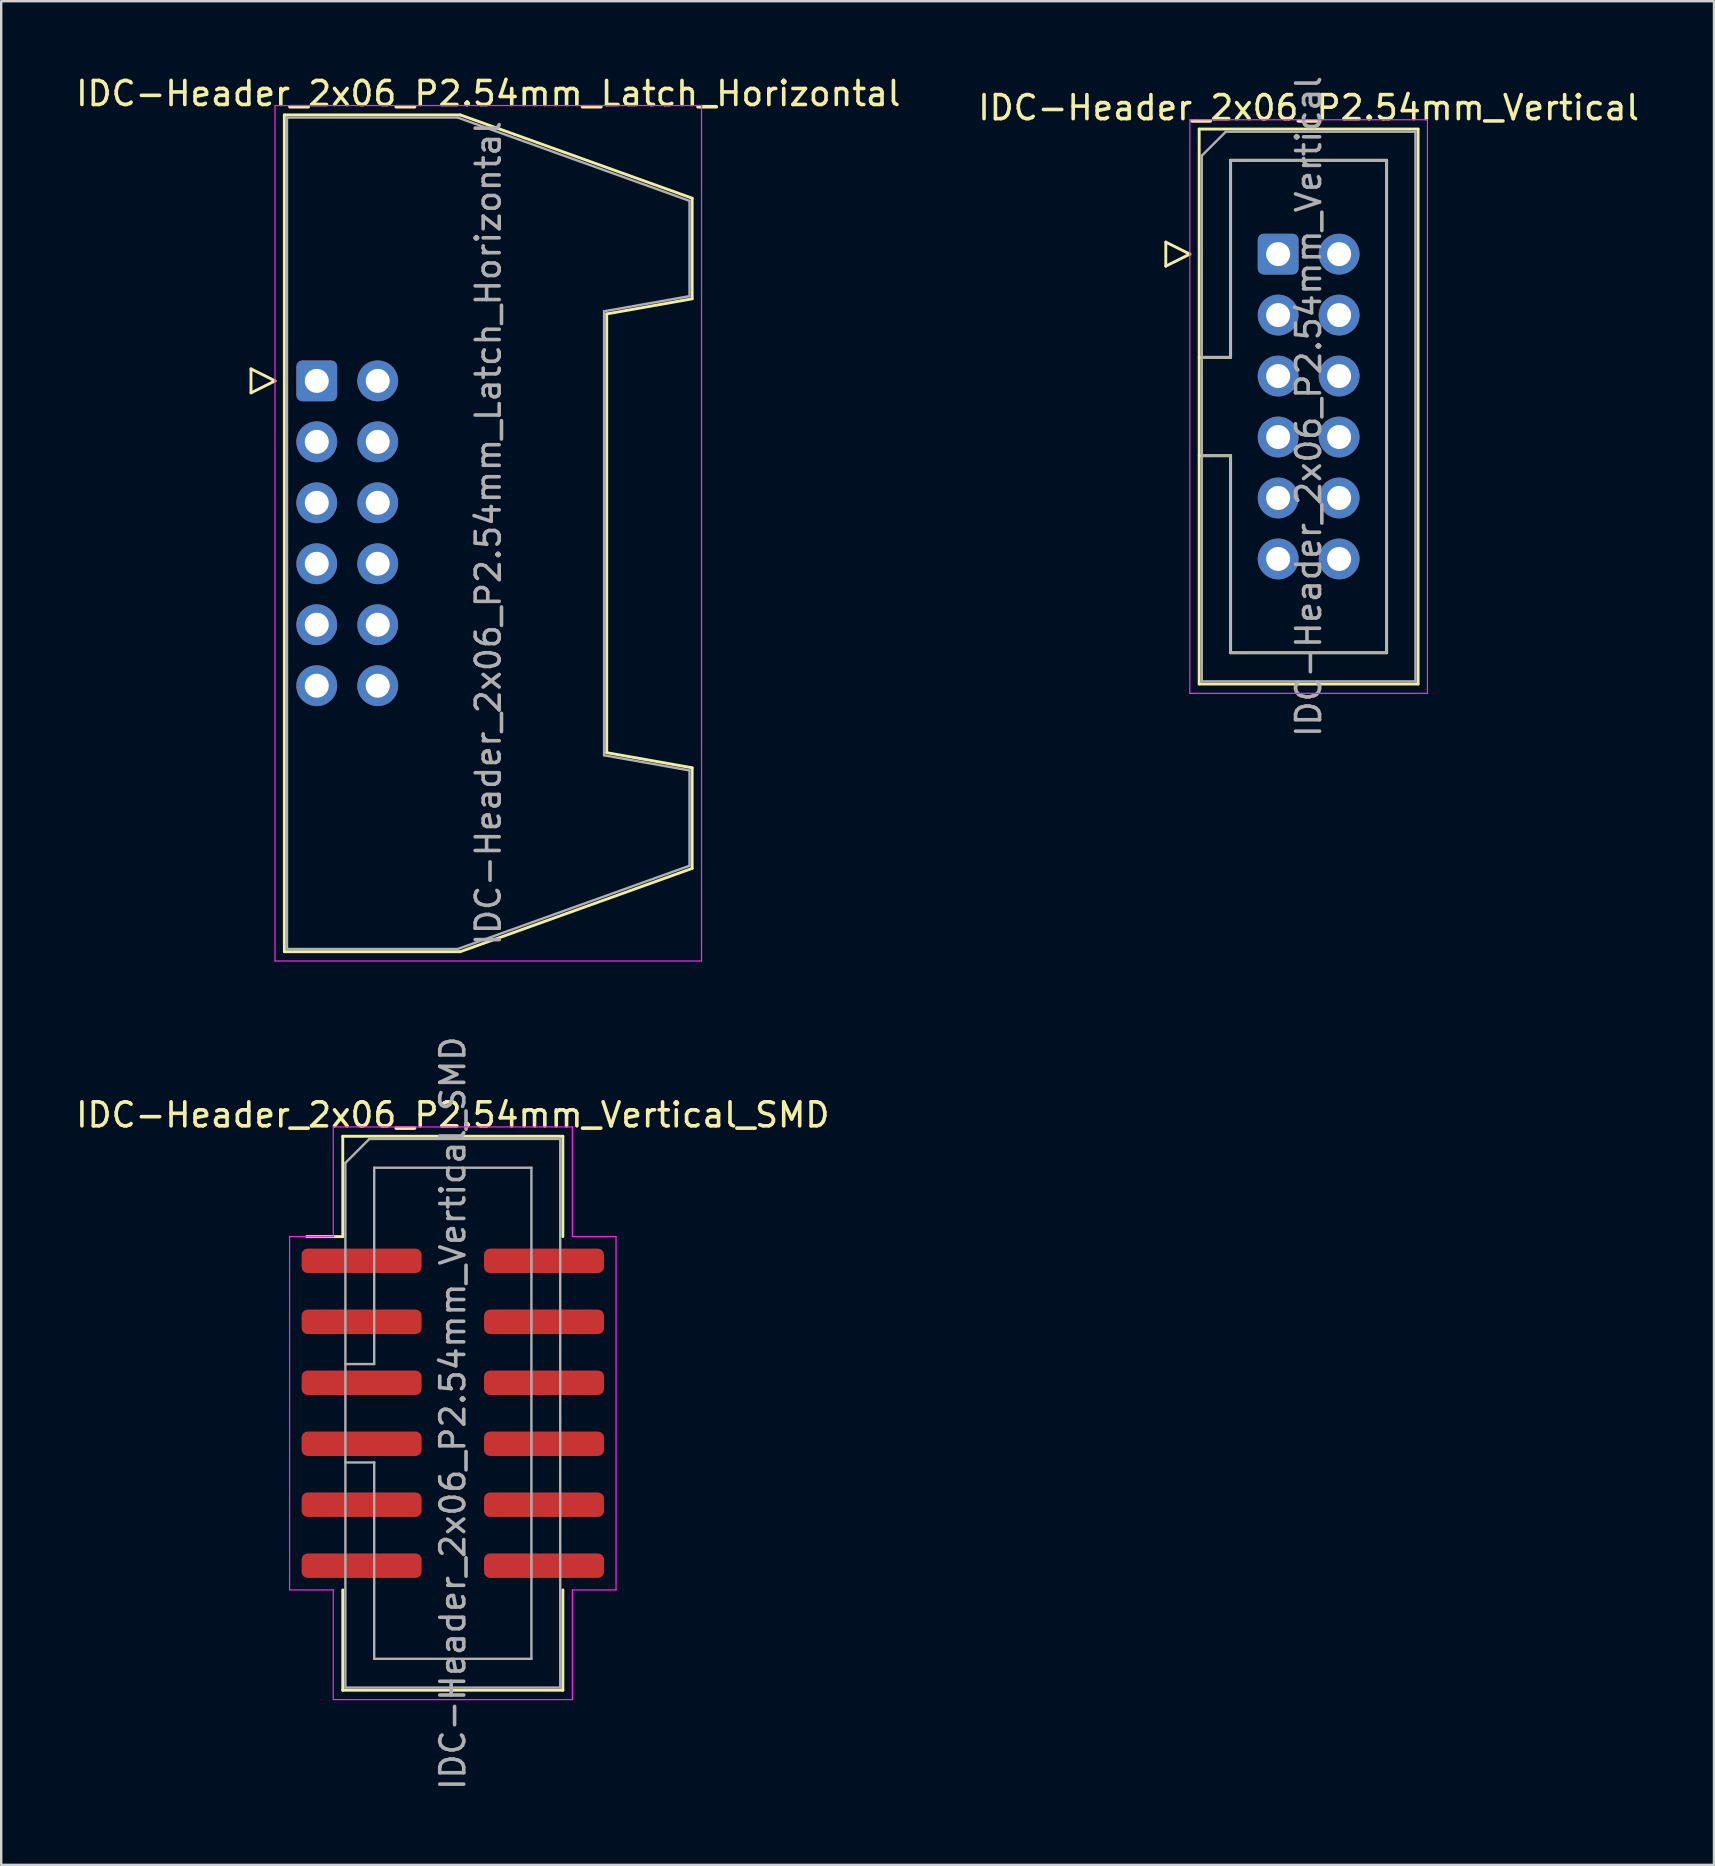
<source format=kicad_pcb>
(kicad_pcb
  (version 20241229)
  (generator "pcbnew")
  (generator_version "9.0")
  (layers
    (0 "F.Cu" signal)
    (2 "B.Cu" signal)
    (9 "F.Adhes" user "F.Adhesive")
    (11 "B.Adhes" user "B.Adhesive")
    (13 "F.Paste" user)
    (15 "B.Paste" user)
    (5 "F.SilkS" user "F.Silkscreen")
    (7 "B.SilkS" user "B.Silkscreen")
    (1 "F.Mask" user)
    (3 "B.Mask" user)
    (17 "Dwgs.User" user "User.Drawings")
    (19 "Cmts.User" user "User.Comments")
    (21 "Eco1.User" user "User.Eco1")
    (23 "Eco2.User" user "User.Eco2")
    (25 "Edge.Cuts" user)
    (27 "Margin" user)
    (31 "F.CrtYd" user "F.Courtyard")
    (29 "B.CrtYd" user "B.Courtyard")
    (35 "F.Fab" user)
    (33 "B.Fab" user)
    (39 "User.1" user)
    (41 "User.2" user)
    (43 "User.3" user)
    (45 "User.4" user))
  (footprint "IDC-Header_2x06_P2.54mm_Vertical_SMD"
    (layer "F.Cu")
    (at 15.815 55.829)
    (property "Reference" "IDC-Header_2x06_P2.54mm_Vertical_SMD" (at 0 -12.43 0) (layer "F.SilkS") (effects (font (size 1 1) (thickness 0.15))))
    (attr smd)
    (fp_line (start -4.585 -11.54) (end 4.585 -11.54) (stroke (width 0.12) (type solid)) (layer "F.SilkS"))
    (fp_line (start -4.585 -7.36) (end -6.085 -7.36) (stroke (width 0.12) (type solid)) (layer "F.SilkS"))
    (fp_line (start -4.585 -7.36) (end -4.585 -11.54) (stroke (width 0.12) (type solid)) (layer "F.SilkS"))
    (fp_line (start -4.585 7.36) (end -4.585 11.54) (stroke (width 0.12) (type solid)) (layer "F.SilkS"))
    (fp_line (start -4.585 11.54) (end 4.585 11.54) (stroke (width 0.12) (type solid)) (layer "F.SilkS"))
    (fp_line (start 4.585 -11.54) (end 4.585 -7.36) (stroke (width 0.12) (type solid)) (layer "F.SilkS"))
    (fp_line (start 4.585 11.54) (end 4.585 7.36) (stroke (width 0.12) (type solid)) (layer "F.SilkS"))
    (fp_line (start -6.8 -7.36) (end -6.8 7.36) (stroke (width 0.05) (type solid)) (layer "F.CrtYd"))
    (fp_line (start -6.8 7.36) (end -4.98 7.36) (stroke (width 0.05) (type solid)) (layer "F.CrtYd"))
    (fp_line (start -4.98 -11.93) (end -4.98 -7.36) (stroke (width 0.05) (type solid)) (layer "F.CrtYd"))
    (fp_line (start -4.98 -7.36) (end -6.8 -7.36) (stroke (width 0.05) (type solid)) (layer "F.CrtYd"))
    (fp_line (start -4.98 7.36) (end -4.98 11.93) (stroke (width 0.05) (type solid)) (layer "F.CrtYd"))
    (fp_line (start -4.98 11.93) (end 4.98 11.93) (stroke (width 0.05) (type solid)) (layer "F.CrtYd"))
    (fp_line (start 4.98 -11.93) (end -4.98 -11.93) (stroke (width 0.05) (type solid)) (layer "F.CrtYd"))
    (fp_line (start 4.98 -7.36) (end 4.98 -11.93) (stroke (width 0.05) (type solid)) (layer "F.CrtYd"))
    (fp_line (start 4.98 7.36) (end 6.8 7.36) (stroke (width 0.05) (type solid)) (layer "F.CrtYd"))
    (fp_line (start 4.98 11.93) (end 4.98 7.36) (stroke (width 0.05) (type solid)) (layer "F.CrtYd"))
    (fp_line (start 6.8 -7.36) (end 4.98 -7.36) (stroke (width 0.05) (type solid)) (layer "F.CrtYd"))
    (fp_line (start 6.8 7.36) (end 6.8 -7.36) (stroke (width 0.05) (type solid)) (layer "F.CrtYd"))
    (fp_line (start -4.475 -10.43) (end -3.475 -11.43) (stroke (width 0.1) (type solid)) (layer "F.Fab"))
    (fp_line (start -4.475 -2.05) (end -3.275 -2.05) (stroke (width 0.1) (type solid)) (layer "F.Fab"))
    (fp_line (start -4.475 11.43) (end -4.475 -10.43) (stroke (width 0.1) (type solid)) (layer "F.Fab"))
    (fp_line (start -3.475 -11.43) (end 4.475 -11.43) (stroke (width 0.1) (type solid)) (layer "F.Fab"))
    (fp_line (start -3.275 -10.23) (end 3.275 -10.23) (stroke (width 0.1) (type solid)) (layer "F.Fab"))
    (fp_line (start -3.275 -2.05) (end -3.275 -10.23) (stroke (width 0.1) (type solid)) (layer "F.Fab"))
    (fp_line (start -3.275 2.05) (end -4.475 2.05) (stroke (width 0.1) (type solid)) (layer "F.Fab"))
    (fp_line (start -3.275 2.05) (end -3.275 2.05) (stroke (width 0.1) (type solid)) (layer "F.Fab"))
    (fp_line (start -3.275 10.23) (end -3.275 2.05) (stroke (width 0.1) (type solid)) (layer "F.Fab"))
    (fp_line (start 3.275 -10.23) (end 3.275 10.23) (stroke (width 0.1) (type solid)) (layer "F.Fab"))
    (fp_line (start 3.275 10.23) (end -3.275 10.23) (stroke (width 0.1) (type solid)) (layer "F.Fab"))
    (fp_line (start 4.475 -11.43) (end 4.475 11.43) (stroke (width 0.1) (type solid)) (layer "F.Fab"))
    (fp_line (start 4.475 11.43) (end -4.475 11.43) (stroke (width 0.1) (type solid)) (layer "F.Fab"))
    (fp_text user "${REFERENCE}" (at 0 0 90) (layer "F.Fab") (effects (font (size 1 1) (thickness 0.15))))
    (pad "1" smd roundrect (at -3.8 -6.35) (size 5 1.02) (layers "F.Cu" "F.Mask" "F.Paste") (roundrect_rratio 0.25))
    (pad "2" smd roundrect (at 3.8 -6.35) (size 5 1.02) (layers "F.Cu" "F.Mask" "F.Paste") (roundrect_rratio 0.25))
    (pad "3" smd roundrect (at -3.8 -3.81) (size 5 1.02) (layers "F.Cu" "F.Mask" "F.Paste") (roundrect_rratio 0.25))
    (pad "4" smd roundrect (at 3.8 -3.81) (size 5 1.02) (layers "F.Cu" "F.Mask" "F.Paste") (roundrect_rratio 0.25))
    (pad "5" smd roundrect (at -3.8 -1.27) (size 5 1.02) (layers "F.Cu" "F.Mask" "F.Paste") (roundrect_rratio 0.25))
    (pad "6" smd roundrect (at 3.8 -1.27) (size 5 1.02) (layers "F.Cu" "F.Mask" "F.Paste") (roundrect_rratio 0.25))
    (pad "7" smd roundrect (at -3.8 1.27) (size 5 1.02) (layers "F.Cu" "F.Mask" "F.Paste") (roundrect_rratio 0.25))
    (pad "8" smd roundrect (at 3.8 1.27) (size 5 1.02) (layers "F.Cu" "F.Mask" "F.Paste") (roundrect_rratio 0.25))
    (pad "9" smd roundrect (at -3.8 3.81) (size 5 1.02) (layers "F.Cu" "F.Mask" "F.Paste") (roundrect_rratio 0.25))
    (pad "10" smd roundrect (at 3.8 3.81) (size 5 1.02) (layers "F.Cu" "F.Mask" "F.Paste") (roundrect_rratio 0.25))
    (pad "11" smd roundrect (at -3.8 6.35) (size 5 1.02) (layers "F.Cu" "F.Mask" "F.Paste") (roundrect_rratio 0.25))
    (pad "12" smd roundrect (at 3.8 6.35) (size 5 1.02) (layers "F.Cu" "F.Mask" "F.Paste") (roundrect_rratio 0.25)))
  (footprint "IDC-Header_2x06_P2.54mm_Vertical"
    (layer "F.Cu")
    (at 50.2 7.537)
    (property "Reference" "IDC-Header_2x06_P2.54mm_Vertical" (at 1.27 -6.1 0) (layer "F.SilkS") (effects (font (size 1 1) (thickness 0.15))))
    (attr through_hole)
    (fp_line (start -4.68 -0.5) (end -4.68 0.5) (stroke (width 0.12) (type solid)) (layer "F.SilkS"))
    (fp_line (start -4.68 0.5) (end -3.68 0) (stroke (width 0.12) (type solid)) (layer "F.SilkS"))
    (fp_line (start -3.68 0) (end -4.68 -0.5) (stroke (width 0.12) (type solid)) (layer "F.SilkS"))
    (fp_line (start -3.29 -5.21) (end 5.83 -5.21) (stroke (width 0.12) (type solid)) (layer "F.SilkS"))
    (fp_line (start -3.29 4.3) (end -1.98 4.3) (stroke (width 0.12) (type solid)) (layer "F.SilkS"))
    (fp_line (start -3.29 17.91) (end -3.29 -5.21) (stroke (width 0.12) (type solid)) (layer "F.SilkS"))
    (fp_line (start -1.98 -3.91) (end 4.52 -3.91) (stroke (width 0.12) (type solid)) (layer "F.SilkS"))
    (fp_line (start -1.98 4.3) (end -1.98 -3.91) (stroke (width 0.12) (type solid)) (layer "F.SilkS"))
    (fp_line (start -1.98 8.4) (end -3.29 8.4) (stroke (width 0.12) (type solid)) (layer "F.SilkS"))
    (fp_line (start -1.98 8.4) (end -1.98 8.4) (stroke (width 0.12) (type solid)) (layer "F.SilkS"))
    (fp_line (start -1.98 16.61) (end -1.98 8.4) (stroke (width 0.12) (type solid)) (layer "F.SilkS"))
    (fp_line (start 4.52 -3.91) (end 4.52 16.61) (stroke (width 0.12) (type solid)) (layer "F.SilkS"))
    (fp_line (start 4.52 16.61) (end -1.98 16.61) (stroke (width 0.12) (type solid)) (layer "F.SilkS"))
    (fp_line (start 5.83 -5.21) (end 5.83 17.91) (stroke (width 0.12) (type solid)) (layer "F.SilkS"))
    (fp_line (start 5.83 17.91) (end -3.29 17.91) (stroke (width 0.12) (type solid)) (layer "F.SilkS"))
    (fp_line (start -3.68 -5.6) (end -3.68 18.3) (stroke (width 0.05) (type solid)) (layer "F.CrtYd"))
    (fp_line (start -3.68 18.3) (end 6.22 18.3) (stroke (width 0.05) (type solid)) (layer "F.CrtYd"))
    (fp_line (start 6.22 -5.6) (end -3.68 -5.6) (stroke (width 0.05) (type solid)) (layer "F.CrtYd"))
    (fp_line (start 6.22 18.3) (end 6.22 -5.6) (stroke (width 0.05) (type solid)) (layer "F.CrtYd"))
    (fp_line (start -3.18 -4.1) (end -2.18 -5.1) (stroke (width 0.1) (type solid)) (layer "F.Fab"))
    (fp_line (start -3.18 4.3) (end -1.98 4.3) (stroke (width 0.1) (type solid)) (layer "F.Fab"))
    (fp_line (start -3.18 17.8) (end -3.18 -4.1) (stroke (width 0.1) (type solid)) (layer "F.Fab"))
    (fp_line (start -2.18 -5.1) (end 5.72 -5.1) (stroke (width 0.1) (type solid)) (layer "F.Fab"))
    (fp_line (start -1.98 -3.91) (end 4.52 -3.91) (stroke (width 0.1) (type solid)) (layer "F.Fab"))
    (fp_line (start -1.98 4.3) (end -1.98 -3.91) (stroke (width 0.1) (type solid)) (layer "F.Fab"))
    (fp_line (start -1.98 8.4) (end -3.18 8.4) (stroke (width 0.1) (type solid)) (layer "F.Fab"))
    (fp_line (start -1.98 8.4) (end -1.98 8.4) (stroke (width 0.1) (type solid)) (layer "F.Fab"))
    (fp_line (start -1.98 16.61) (end -1.98 8.4) (stroke (width 0.1) (type solid)) (layer "F.Fab"))
    (fp_line (start 4.52 -3.91) (end 4.52 16.61) (stroke (width 0.1) (type solid)) (layer "F.Fab"))
    (fp_line (start 4.52 16.61) (end -1.98 16.61) (stroke (width 0.1) (type solid)) (layer "F.Fab"))
    (fp_line (start 5.72 -5.1) (end 5.72 17.8) (stroke (width 0.1) (type solid)) (layer "F.Fab"))
    (fp_line (start 5.72 17.8) (end -3.18 17.8) (stroke (width 0.1) (type solid)) (layer "F.Fab"))
    (fp_text user "${REFERENCE}" (at 1.27 6.35 90) (layer "F.Fab") (effects (font (size 1 1) (thickness 0.15))))
    (pad "1" thru_hole roundrect (at 0 0) (size 1.7 1.7) (drill 1) (layers "*.Cu" "*.Mask") (roundrect_rratio 0.147))
    (pad "2" thru_hole circle (at 2.54 0) (size 1.7 1.7) (drill 1) (layers "*.Cu" "*.Mask"))
    (pad "3" thru_hole circle (at 0 2.54) (size 1.7 1.7) (drill 1) (layers "*.Cu" "*.Mask"))
    (pad "4" thru_hole circle (at 2.54 2.54) (size 1.7 1.7) (drill 1) (layers "*.Cu" "*.Mask"))
    (pad "5" thru_hole circle (at 0 5.08) (size 1.7 1.7) (drill 1) (layers "*.Cu" "*.Mask"))
    (pad "6" thru_hole circle (at 2.54 5.08) (size 1.7 1.7) (drill 1) (layers "*.Cu" "*.Mask"))
    (pad "7" thru_hole circle (at 0 7.62) (size 1.7 1.7) (drill 1) (layers "*.Cu" "*.Mask"))
    (pad "8" thru_hole circle (at 2.54 7.62) (size 1.7 1.7) (drill 1) (layers "*.Cu" "*.Mask"))
    (pad "9" thru_hole circle (at 0 10.16) (size 1.7 1.7) (drill 1) (layers "*.Cu" "*.Mask"))
    (pad "10" thru_hole circle (at 2.54 10.16) (size 1.7 1.7) (drill 1) (layers "*.Cu" "*.Mask"))
    (pad "11" thru_hole circle (at 0 12.7) (size 1.7 1.7) (drill 1) (layers "*.Cu" "*.Mask"))
    (pad "12" thru_hole circle (at 2.54 12.7) (size 1.7 1.7) (drill 1) (layers "*.Cu" "*.Mask")))
  (footprint "IDC-Header_2x06_P2.54mm_Latch_Horizontal"
    (layer "F.Cu")
    (at 10.147 12.818)
    (property "Reference" "IDC-Header_2x06_P2.54mm_Latch_Horizontal" (at 7.145 -11.97 0) (layer "F.SilkS") (effects (font (size 1 1) (thickness 0.15))))
    (attr through_hole)
    (fp_line (start -2.74 -0.5) (end -2.74 0.5) (stroke (width 0.12) (type solid)) (layer "F.SilkS"))
    (fp_line (start -2.74 0.5) (end -1.74 0) (stroke (width 0.12) (type solid)) (layer "F.SilkS"))
    (fp_line (start -1.74 0) (end -2.74 -0.5) (stroke (width 0.12) (type solid)) (layer "F.SilkS"))
    (fp_line (start -1.35 -11.08) (end 5.98 -11.08) (stroke (width 0.12) (type solid)) (layer "F.SilkS"))
    (fp_line (start -1.35 23.78) (end -1.35 -11.08) (stroke (width 0.12) (type solid)) (layer "F.SilkS"))
    (fp_line (start 5.98 -11.08) (end 15.64 -7.61) (stroke (width 0.12) (type solid)) (layer "F.SilkS"))
    (fp_line (start 5.98 23.78) (end -1.35 23.78) (stroke (width 0.12) (type solid)) (layer "F.SilkS"))
    (fp_line (start 12.08 -2.79) (end 12.08 15.49) (stroke (width 0.12) (type solid)) (layer "F.SilkS"))
    (fp_line (start 12.08 15.49) (end 15.64 16.12) (stroke (width 0.12) (type solid)) (layer "F.SilkS"))
    (fp_line (start 15.64 -7.61) (end 15.64 -3.42) (stroke (width 0.12) (type solid)) (layer "F.SilkS"))
    (fp_line (start 15.64 -3.42) (end 12.08 -2.79) (stroke (width 0.12) (type solid)) (layer "F.SilkS"))
    (fp_line (start 15.64 16.12) (end 15.64 20.31) (stroke (width 0.12) (type solid)) (layer "F.SilkS"))
    (fp_line (start 15.64 20.31) (end 5.98 23.78) (stroke (width 0.12) (type solid)) (layer "F.SilkS"))
    (fp_line (start -1.74 -11.47) (end -1.74 24.17) (stroke (width 0.05) (type solid)) (layer "F.CrtYd"))
    (fp_line (start -1.74 24.17) (end 16.03 24.17) (stroke (width 0.05) (type solid)) (layer "F.CrtYd"))
    (fp_line (start 16.03 -11.47) (end -1.74 -11.47) (stroke (width 0.05) (type solid)) (layer "F.CrtYd"))
    (fp_line (start 16.03 24.17) (end 16.03 -11.47) (stroke (width 0.05) (type solid)) (layer "F.CrtYd"))
    (fp_line (start -1.24 -10.97) (end 5.87 -10.97) (stroke (width 0.1) (type solid)) (layer "F.Fab"))
    (fp_line (start -1.24 23.67) (end -1.24 -10.97) (stroke (width 0.1) (type solid)) (layer "F.Fab"))
    (fp_line (start 5.87 -10.97) (end 15.53 -7.5) (stroke (width 0.1) (type solid)) (layer "F.Fab"))
    (fp_line (start 5.87 23.67) (end -1.24 23.67) (stroke (width 0.1) (type solid)) (layer "F.Fab"))
    (fp_line (start 11.97 -2.9) (end 11.97 15.6) (stroke (width 0.1) (type solid)) (layer "F.Fab"))
    (fp_line (start 11.97 15.6) (end 15.53 16.23) (stroke (width 0.1) (type solid)) (layer "F.Fab"))
    (fp_line (start 15.53 -7.5) (end 15.53 -3.53) (stroke (width 0.1) (type solid)) (layer "F.Fab"))
    (fp_line (start 15.53 -3.53) (end 11.97 -2.9) (stroke (width 0.1) (type solid)) (layer "F.Fab"))
    (fp_line (start 15.53 16.23) (end 15.53 20.2) (stroke (width 0.1) (type solid)) (layer "F.Fab"))
    (fp_line (start 15.53 20.2) (end 5.87 23.67) (stroke (width 0.1) (type solid)) (layer "F.Fab"))
    (fp_text user "${REFERENCE}" (at 7.145 6.35 90) (layer "F.Fab") (effects (font (size 1 1) (thickness 0.15))))
    (pad "1" thru_hole roundrect (at 0 0) (size 1.7 1.7) (drill 1) (layers "*.Cu" "*.Mask") (roundrect_rratio 0.147))
    (pad "2" thru_hole circle (at 2.54 0) (size 1.7 1.7) (drill 1) (layers "*.Cu" "*.Mask"))
    (pad "3" thru_hole circle (at 0 2.54) (size 1.7 1.7) (drill 1) (layers "*.Cu" "*.Mask"))
    (pad "4" thru_hole circle (at 2.54 2.54) (size 1.7 1.7) (drill 1) (layers "*.Cu" "*.Mask"))
    (pad "5" thru_hole circle (at 0 5.08) (size 1.7 1.7) (drill 1) (layers "*.Cu" "*.Mask"))
    (pad "6" thru_hole circle (at 2.54 5.08) (size 1.7 1.7) (drill 1) (layers "*.Cu" "*.Mask"))
    (pad "7" thru_hole circle (at 0 7.62) (size 1.7 1.7) (drill 1) (layers "*.Cu" "*.Mask"))
    (pad "8" thru_hole circle (at 2.54 7.62) (size 1.7 1.7) (drill 1) (layers "*.Cu" "*.Mask"))
    (pad "9" thru_hole circle (at 0 10.16) (size 1.7 1.7) (drill 1) (layers "*.Cu" "*.Mask"))
    (pad "10" thru_hole circle (at 2.54 10.16) (size 1.7 1.7) (drill 1) (layers "*.Cu" "*.Mask"))
    (pad "11" thru_hole circle (at 0 12.7) (size 1.7 1.7) (drill 1) (layers "*.Cu" "*.Mask"))
    (pad "12" thru_hole circle (at 2.54 12.7) (size 1.7 1.7) (drill 1) (layers "*.Cu" "*.Mask")))
  (gr_rect
    (start -3 -3)
    (end 68.357 74.644)
    (stroke (width 0.1) (type default))
    (fill no)
    (layer "Edge.Cuts")))
</source>
